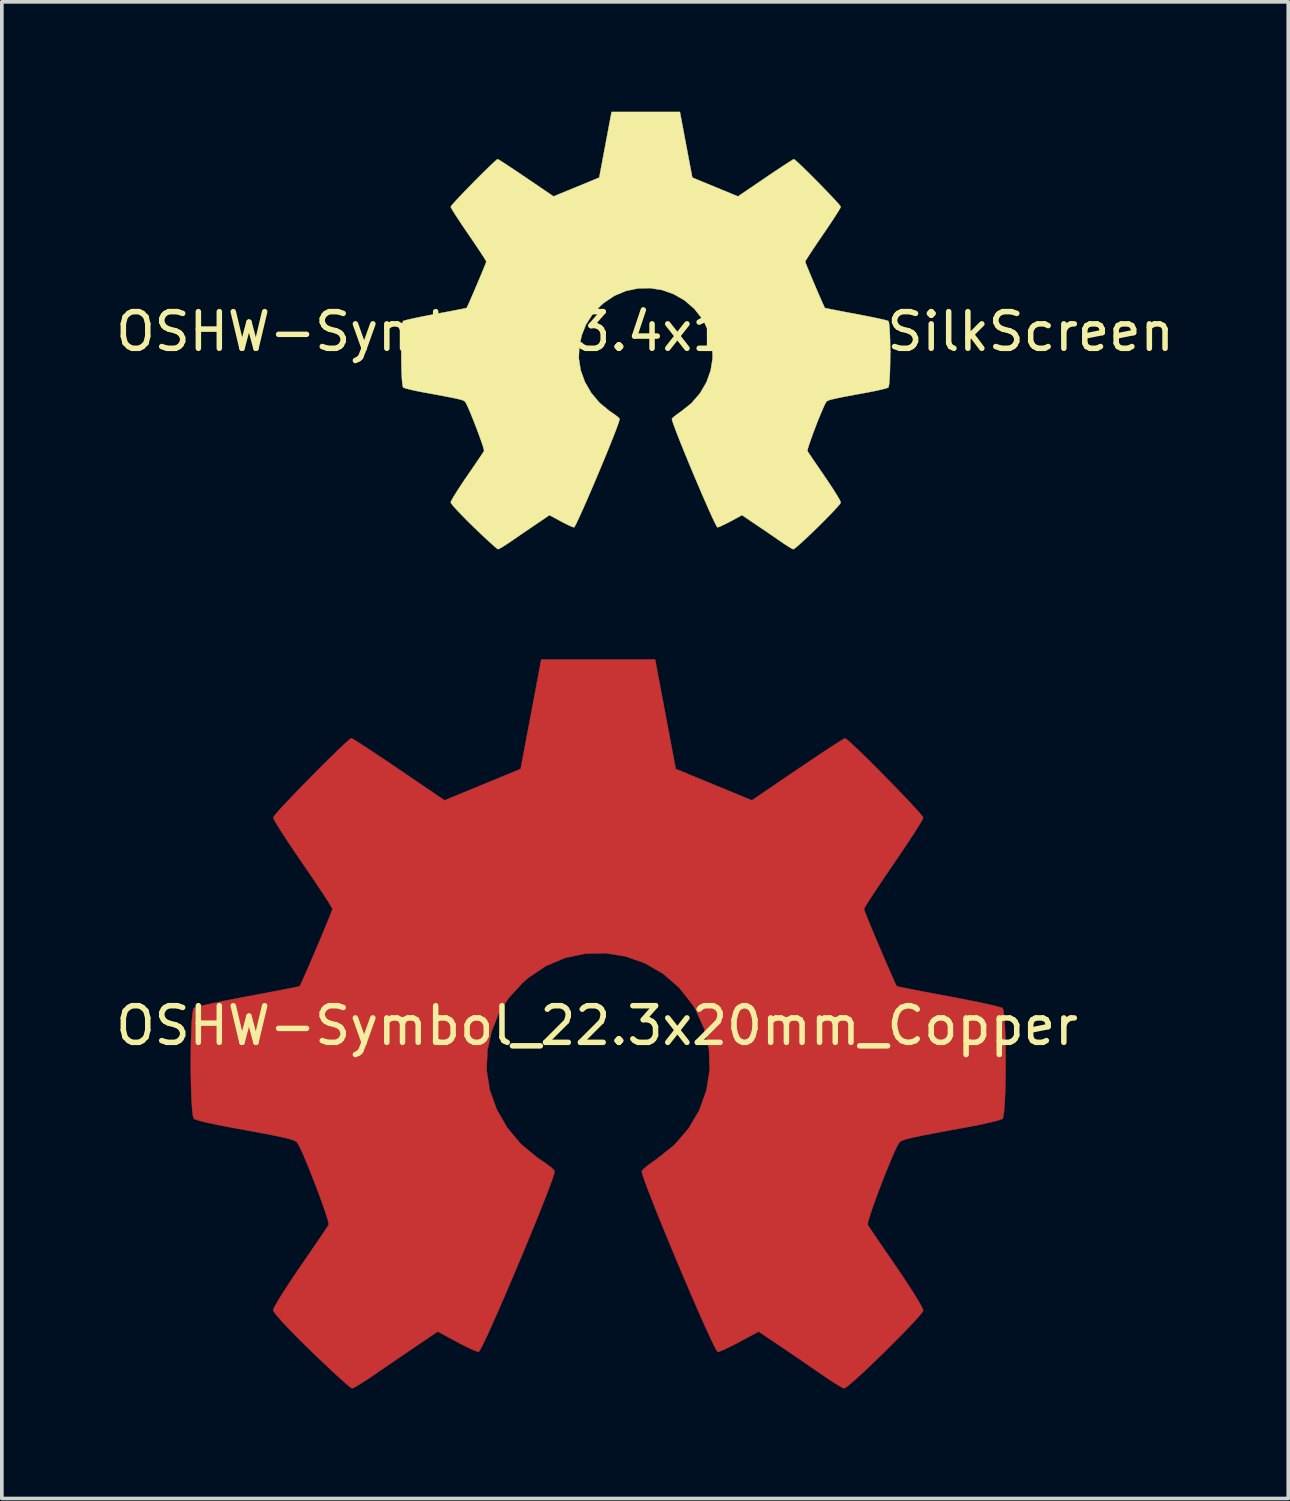
<source format=kicad_pcb>
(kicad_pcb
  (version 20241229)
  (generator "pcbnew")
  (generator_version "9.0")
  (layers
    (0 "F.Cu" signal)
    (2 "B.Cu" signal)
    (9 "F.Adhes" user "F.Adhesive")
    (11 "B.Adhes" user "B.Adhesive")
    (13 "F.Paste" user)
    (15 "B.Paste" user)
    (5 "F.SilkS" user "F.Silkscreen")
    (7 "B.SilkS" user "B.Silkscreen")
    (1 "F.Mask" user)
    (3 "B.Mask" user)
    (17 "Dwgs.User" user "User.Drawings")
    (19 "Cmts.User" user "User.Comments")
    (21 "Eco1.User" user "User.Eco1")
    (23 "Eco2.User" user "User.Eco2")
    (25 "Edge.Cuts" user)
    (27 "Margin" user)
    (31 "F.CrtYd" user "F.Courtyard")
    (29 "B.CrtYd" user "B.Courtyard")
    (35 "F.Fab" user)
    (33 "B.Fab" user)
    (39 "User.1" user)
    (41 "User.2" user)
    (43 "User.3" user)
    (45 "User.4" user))
  (footprint "OSHW-Symbol_22.3x20mm_Copper"
    (layer "F.Cu")
    (at 13.244 24.941)
    (property "Reference" "OSHW-Symbol_22.3x20mm_Copper" (at 0 0 0) (layer "F.SilkS") (effects (font (size 1 1) (thickness 0.15))))
    (attr exclude_from_pos_files exclude_from_bom)
    (fp_poly (pts (xy 1.866 -8.499) (xy 2.148 -7.006) (xy 3.186 -6.578) (xy 4.225 -6.15) (xy 5.471 -6.997) (xy 5.82 -7.233) (xy 6.135 -7.443) (xy 6.402 -7.619) (xy 6.606 -7.75) (xy 6.733 -7.827) (xy 6.767 -7.844) (xy 6.83 -7.801) (xy 6.962 -7.683) (xy 7.151 -7.505) (xy 7.38 -7.281) (xy 7.635 -7.027) (xy 7.901 -6.758) (xy 8.164 -6.489) (xy 8.408 -6.235) (xy 8.618 -6.011) (xy 8.78 -5.833) (xy 8.879 -5.715) (xy 8.902 -5.676) (xy 8.868 -5.603) (xy 8.773 -5.444) (xy 8.627 -5.214) (xy 8.439 -4.929) (xy 8.22 -4.603) (xy 8.093 -4.418) (xy 7.862 -4.079) (xy 7.656 -3.773) (xy 7.487 -3.516) (xy 7.363 -3.322) (xy 7.294 -3.207) (xy 7.284 -3.182) (xy 7.307 -3.114) (xy 7.371 -2.953) (xy 7.465 -2.724) (xy 7.58 -2.448) (xy 7.707 -2.148) (xy 7.835 -1.847) (xy 7.956 -1.567) (xy 8.06 -1.331) (xy 8.136 -1.161) (xy 8.176 -1.08) (xy 8.179 -1.076) (xy 8.242 -1.061) (xy 8.41 -1.026) (xy 8.666 -0.976) (xy 8.992 -0.914) (xy 9.371 -0.842) (xy 9.591 -0.801) (xy 9.996 -0.724) (xy 10.362 -0.651) (xy 10.669 -0.585) (xy 10.901 -0.531) (xy 11.038 -0.493) (xy 11.066 -0.481) (xy 11.093 -0.4) (xy 11.115 -0.215) (xy 11.131 0.051) (xy 11.143 0.376) (xy 11.149 0.74) (xy 11.15 1.12) (xy 11.146 1.495) (xy 11.137 1.843) (xy 11.122 2.143) (xy 11.103 2.373) (xy 11.078 2.512) (xy 11.064 2.541) (xy 10.976 2.576) (xy 10.79 2.625) (xy 10.531 2.684) (xy 10.222 2.746) (xy 10.114 2.766) (xy 9.595 2.861) (xy 9.185 2.938) (xy 8.87 2.999) (xy 8.638 3.048) (xy 8.473 3.087) (xy 8.364 3.12) (xy 8.296 3.15) (xy 8.256 3.179) (xy 8.25 3.185) (xy 8.194 3.278) (xy 8.108 3.461) (xy 8.001 3.71) (xy 7.882 4.002) (xy 7.759 4.317) (xy 7.64 4.631) (xy 7.535 4.921) (xy 7.452 5.167) (xy 7.399 5.345) (xy 7.385 5.432) (xy 7.386 5.435) (xy 7.433 5.507) (xy 7.539 5.665) (xy 7.694 5.892) (xy 7.886 6.173) (xy 8.104 6.491) (xy 8.166 6.581) (xy 8.387 6.908) (xy 8.581 7.206) (xy 8.739 7.459) (xy 8.849 7.649) (xy 8.9 7.759) (xy 8.902 7.772) (xy 8.859 7.843) (xy 8.74 7.983) (xy 8.56 8.178) (xy 8.335 8.412) (xy 8.079 8.67) (xy 7.809 8.938) (xy 7.539 9.199) (xy 7.286 9.44) (xy 7.063 9.644) (xy 6.887 9.797) (xy 6.773 9.884) (xy 6.741 9.899) (xy 6.667 9.865) (xy 6.517 9.775) (xy 6.314 9.643) (xy 6.158 9.537) (xy 5.874 9.342) (xy 5.539 9.112) (xy 5.203 8.883) (xy 5.022 8.761) (xy 4.41 8.347) (xy 3.896 8.625) (xy 3.662 8.746) (xy 3.463 8.841) (xy 3.329 8.895) (xy 3.294 8.902) (xy 3.253 8.847) (xy 3.172 8.69) (xy 3.057 8.447) (xy 2.913 8.131) (xy 2.748 7.758) (xy 2.567 7.341) (xy 2.376 6.895) (xy 2.182 6.435) (xy 1.99 5.974) (xy 1.806 5.528) (xy 1.637 5.111) (xy 1.489 4.737) (xy 1.367 4.421) (xy 1.278 4.177) (xy 1.228 4.019) (xy 1.22 3.965) (xy 1.284 3.896) (xy 1.424 3.784) (xy 1.611 3.652) (xy 1.626 3.642) (xy 2.11 3.255) (xy 2.499 2.804) (xy 2.792 2.303) (xy 2.984 1.766) (xy 3.073 1.208) (xy 3.054 0.643) (xy 2.925 0.086) (xy 2.683 -0.449) (xy 2.611 -0.566) (xy 2.24 -1.038) (xy 1.801 -1.418) (xy 1.31 -1.702) (xy 0.782 -1.89) (xy 0.232 -1.978) (xy -0.325 -1.966) (xy -0.872 -1.85) (xy -1.397 -1.629) (xy -1.882 -1.302) (xy -2.032 -1.169) (xy -2.414 -0.753) (xy -2.692 -0.315) (xy -2.883 0.176) (xy -2.99 0.662) (xy -3.016 1.208) (xy -2.928 1.758) (xy -2.736 2.291) (xy -2.447 2.79) (xy -2.072 3.236) (xy -1.618 3.611) (xy -1.558 3.65) (xy -1.369 3.779) (xy -1.226 3.891) (xy -1.157 3.963) (xy -1.156 3.965) (xy -1.171 4.042) (xy -1.229 4.218) (xy -1.325 4.477) (xy -1.453 4.806) (xy -1.606 5.19) (xy -1.779 5.614) (xy -1.964 6.063) (xy -2.158 6.525) (xy -2.352 6.984) (xy -2.541 7.425) (xy -2.72 7.835) (xy -2.881 8.198) (xy -3.019 8.501) (xy -3.128 8.728) (xy -3.202 8.866) (xy -3.232 8.902) (xy -3.323 8.874) (xy -3.493 8.798) (xy -3.713 8.689) (xy -3.834 8.625) (xy -4.348 8.347) (xy -4.96 8.761) (xy -5.272 8.973) (xy -5.614 9.206) (xy -5.935 9.426) (xy -6.095 9.537) (xy -6.321 9.688) (xy -6.512 9.808) (xy -6.644 9.882) (xy -6.687 9.897) (xy -6.749 9.856) (xy -6.887 9.739) (xy -7.087 9.559) (xy -7.335 9.328) (xy -7.619 9.059) (xy -7.799 8.886) (xy -8.114 8.577) (xy -8.385 8.301) (xy -8.603 8.069) (xy -8.757 7.893) (xy -8.835 7.786) (xy -8.842 7.764) (xy -8.807 7.681) (xy -8.712 7.513) (xy -8.566 7.277) (xy -8.38 6.991) (xy -8.165 6.67) (xy -8.103 6.581) (xy -7.881 6.256) (xy -7.681 5.964) (xy -7.515 5.72) (xy -7.394 5.542) (xy -7.33 5.445) (xy -7.324 5.435) (xy -7.333 5.358) (xy -7.382 5.189) (xy -7.463 4.95) (xy -7.566 4.663) (xy -7.684 4.35) (xy -7.807 4.035) (xy -7.927 3.739) (xy -8.035 3.484) (xy -8.124 3.294) (xy -8.184 3.19) (xy -8.188 3.185) (xy -8.224 3.155) (xy -8.286 3.126) (xy -8.387 3.094) (xy -8.539 3.056) (xy -8.758 3.009) (xy -9.056 2.95) (xy -9.447 2.877) (xy -9.944 2.786) (xy -10.052 2.766) (xy -10.371 2.704) (xy -10.65 2.644) (xy -10.862 2.591) (xy -10.985 2.551) (xy -11.001 2.541) (xy -11.029 2.458) (xy -11.051 2.273) (xy -11.068 2.006) (xy -11.079 1.68) (xy -11.086 1.316) (xy -11.088 0.936) (xy -11.084 0.561) (xy -11.075 0.213) (xy -11.062 -0.086) (xy -11.042 -0.315) (xy -11.018 -0.453) (xy -11.004 -0.481) (xy -10.922 -0.51) (xy -10.736 -0.556) (xy -10.465 -0.616) (xy -10.127 -0.686) (xy -9.74 -0.761) (xy -9.529 -0.801) (xy -9.129 -0.876) (xy -8.773 -0.944) (xy -8.477 -1.001) (xy -8.259 -1.044) (xy -8.137 -1.071) (xy -8.117 -1.076) (xy -8.083 -1.142) (xy -8.011 -1.3) (xy -7.911 -1.528) (xy -7.792 -1.803) (xy -7.664 -2.103) (xy -7.536 -2.404) (xy -7.419 -2.686) (xy -7.321 -2.924) (xy -7.252 -3.097) (xy -7.222 -3.182) (xy -7.222 -3.185) (xy -7.256 -3.252) (xy -7.351 -3.406) (xy -7.497 -3.631) (xy -7.685 -3.912) (xy -7.904 -4.235) (xy -8.031 -4.42) (xy -8.263 -4.76) (xy -8.469 -5.068) (xy -8.639 -5.33) (xy -8.763 -5.529) (xy -8.83 -5.65) (xy -8.84 -5.677) (xy -8.798 -5.74) (xy -8.682 -5.875) (xy -8.506 -6.066) (xy -8.285 -6.299) (xy -8.035 -6.558) (xy -7.77 -6.828) (xy -7.505 -7.095) (xy -7.255 -7.342) (xy -7.034 -7.556) (xy -6.859 -7.72) (xy -6.743 -7.82) (xy -6.704 -7.844) (xy -6.641 -7.811) (xy -6.489 -7.716) (xy -6.265 -7.57) (xy -5.982 -7.383) (xy -5.655 -7.164) (xy -5.409 -6.997) (xy -4.163 -6.15) (xy -3.124 -6.578) (xy -2.086 -7.006) (xy -1.804 -8.499) (xy -1.523 -9.992) (xy 1.585 -9.992) (xy 1.866 -8.499)) (stroke (width 0.01) (type solid)) (fill yes) (layer "F.Cu")))
  (footprint "OSHW-Symbol_13.4x12mm_SilkScreen"
    (layer "F.Cu")
    (at 14.554 6)
    (property "Reference" "OSHW-Symbol_13.4x12mm_SilkScreen" (at 0 0 0) (layer "F.SilkS") (effects (font (size 1 1) (thickness 0.15))))
    (attr exclude_from_pos_files exclude_from_bom)
    (fp_poly (pts (xy 1.12 -5.099) (xy 1.289 -4.204) (xy 1.912 -3.947) (xy 2.535 -3.69) (xy 3.282 -4.198) (xy 3.492 -4.34) (xy 3.681 -4.466) (xy 3.841 -4.571) (xy 3.964 -4.65) (xy 4.04 -4.696) (xy 4.06 -4.706) (xy 4.098 -4.681) (xy 4.177 -4.61) (xy 4.29 -4.503) (xy 4.428 -4.368) (xy 4.581 -4.216) (xy 4.741 -4.055) (xy 4.898 -3.893) (xy 5.045 -3.741) (xy 5.171 -3.607) (xy 5.268 -3.5) (xy 5.327 -3.429) (xy 5.341 -3.406) (xy 5.321 -3.362) (xy 5.264 -3.267) (xy 5.176 -3.128) (xy 5.063 -2.957) (xy 4.932 -2.762) (xy 4.856 -2.651) (xy 4.717 -2.447) (xy 4.594 -2.264) (xy 4.492 -2.109) (xy 4.418 -1.993) (xy 4.376 -1.924) (xy 4.37 -1.909) (xy 4.384 -1.868) (xy 4.422 -1.772) (xy 4.479 -1.634) (xy 4.548 -1.469) (xy 4.624 -1.289) (xy 4.701 -1.108) (xy 4.774 -0.94) (xy 4.836 -0.798) (xy 4.882 -0.696) (xy 4.906 -0.648) (xy 4.907 -0.646) (xy 4.945 -0.637) (xy 5.046 -0.616) (xy 5.2 -0.586) (xy 5.395 -0.548) (xy 5.622 -0.505) (xy 5.755 -0.481) (xy 5.998 -0.434) (xy 6.217 -0.39) (xy 6.402 -0.351) (xy 6.541 -0.319) (xy 6.623 -0.296) (xy 6.639 -0.289) (xy 6.656 -0.24) (xy 6.669 -0.129) (xy 6.679 0.03) (xy 6.686 0.226) (xy 6.689 0.444) (xy 6.69 0.672) (xy 6.687 0.897) (xy 6.682 1.106) (xy 6.673 1.286) (xy 6.662 1.424) (xy 6.647 1.507) (xy 6.638 1.525) (xy 6.586 1.546) (xy 6.474 1.575) (xy 6.318 1.61) (xy 6.133 1.648) (xy 6.069 1.66) (xy 5.757 1.717) (xy 5.511 1.763) (xy 5.322 1.799) (xy 5.183 1.829) (xy 5.084 1.852) (xy 5.018 1.872) (xy 4.978 1.89) (xy 4.953 1.907) (xy 4.95 1.911) (xy 4.916 1.967) (xy 4.865 2.077) (xy 4.801 2.226) (xy 4.729 2.401) (xy 4.655 2.59) (xy 4.584 2.778) (xy 4.521 2.953) (xy 4.471 3.1) (xy 4.439 3.207) (xy 4.431 3.259) (xy 4.432 3.261) (xy 4.46 3.304) (xy 4.524 3.399) (xy 4.616 3.535) (xy 4.732 3.704) (xy 4.862 3.894) (xy 4.899 3.949) (xy 5.032 4.145) (xy 5.149 4.324) (xy 5.243 4.475) (xy 5.309 4.589) (xy 5.34 4.655) (xy 5.341 4.663) (xy 5.316 4.706) (xy 5.244 4.79) (xy 5.136 4.907) (xy 5.001 5.047) (xy 4.848 5.202) (xy 4.685 5.363) (xy 4.524 5.519) (xy 4.371 5.664) (xy 4.238 5.786) (xy 4.132 5.878) (xy 4.064 5.931) (xy 4.045 5.939) (xy 4 5.919) (xy 3.91 5.865) (xy 3.788 5.786) (xy 3.695 5.722) (xy 3.525 5.605) (xy 3.324 5.467) (xy 3.122 5.33) (xy 3.013 5.257) (xy 2.646 5.008) (xy 2.338 5.175) (xy 2.197 5.248) (xy 2.078 5.305) (xy 1.997 5.337) (xy 1.977 5.341) (xy 1.952 5.308) (xy 1.903 5.214) (xy 1.834 5.068) (xy 1.748 4.879) (xy 1.649 4.655) (xy 1.54 4.405) (xy 1.426 4.137) (xy 1.309 3.861) (xy 1.194 3.585) (xy 1.084 3.317) (xy 0.982 3.067) (xy 0.893 2.842) (xy 0.82 2.652) (xy 0.767 2.506) (xy 0.737 2.411) (xy 0.732 2.379) (xy 0.77 2.338) (xy 0.854 2.27) (xy 0.966 2.191) (xy 0.976 2.185) (xy 1.266 1.953) (xy 1.5 1.682) (xy 1.675 1.382) (xy 1.79 1.06) (xy 1.844 0.725) (xy 1.833 0.386) (xy 1.755 0.052) (xy 1.61 -0.269) (xy 1.567 -0.34) (xy 1.344 -0.623) (xy 1.08 -0.851) (xy 0.786 -1.021) (xy 0.469 -1.134) (xy 0.139 -1.187) (xy -0.195 -1.179) (xy -0.523 -1.11) (xy -0.838 -0.978) (xy -1.129 -0.781) (xy -1.219 -0.701) (xy -1.448 -0.452) (xy -1.615 -0.189) (xy -1.73 0.105) (xy -1.794 0.397) (xy -1.809 0.725) (xy -1.757 1.055) (xy -1.641 1.375) (xy -1.468 1.674) (xy -1.243 1.942) (xy -0.971 2.166) (xy -0.935 2.19) (xy -0.822 2.268) (xy -0.736 2.335) (xy -0.694 2.378) (xy -0.694 2.379) (xy -0.703 2.425) (xy -0.738 2.531) (xy -0.795 2.686) (xy -0.872 2.884) (xy -0.964 3.114) (xy -1.067 3.368) (xy -1.179 3.638) (xy -1.295 3.915) (xy -1.411 4.19) (xy -1.525 4.455) (xy -1.632 4.701) (xy -1.729 4.919) (xy -1.812 5.1) (xy -1.877 5.237) (xy -1.921 5.32) (xy -1.939 5.341) (xy -1.994 5.325) (xy -2.096 5.279) (xy -2.228 5.213) (xy -2.3 5.175) (xy -2.609 5.008) (xy -2.976 5.257) (xy -3.163 5.384) (xy -3.369 5.524) (xy -3.561 5.656) (xy -3.657 5.722) (xy -3.793 5.813) (xy -3.907 5.885) (xy -3.986 5.929) (xy -4.012 5.938) (xy -4.049 5.913) (xy -4.132 5.843) (xy -4.252 5.735) (xy -4.401 5.597) (xy -4.572 5.435) (xy -4.68 5.331) (xy -4.868 5.146) (xy -5.031 4.98) (xy -5.162 4.841) (xy -5.254 4.736) (xy -5.301 4.671) (xy -5.305 4.658) (xy -5.284 4.608) (xy -5.227 4.508) (xy -5.139 4.366) (xy -5.028 4.194) (xy -4.899 4.002) (xy -4.862 3.949) (xy -4.728 3.754) (xy -4.608 3.578) (xy -4.509 3.432) (xy -4.437 3.325) (xy -4.398 3.267) (xy -4.394 3.261) (xy -4.4 3.215) (xy -4.429 3.113) (xy -4.478 2.97) (xy -4.54 2.798) (xy -4.61 2.61) (xy -4.684 2.421) (xy -4.756 2.243) (xy -4.821 2.091) (xy -4.874 1.976) (xy -4.91 1.914) (xy -4.913 1.911) (xy -4.935 1.893) (xy -4.972 1.875) (xy -5.032 1.856) (xy -5.124 1.833) (xy -5.255 1.805) (xy -5.434 1.77) (xy -5.668 1.726) (xy -5.967 1.671) (xy -6.031 1.66) (xy -6.223 1.623) (xy -6.39 1.586) (xy -6.517 1.554) (xy -6.591 1.53) (xy -6.601 1.525) (xy -6.617 1.475) (xy -6.63 1.364) (xy -6.641 1.204) (xy -6.648 1.008) (xy -6.652 0.79) (xy -6.653 0.562) (xy -6.65 0.337) (xy -6.645 0.128) (xy -6.637 -0.052) (xy -6.625 -0.189) (xy -6.611 -0.272) (xy -6.602 -0.289) (xy -6.553 -0.306) (xy -6.442 -0.334) (xy -6.279 -0.37) (xy -6.076 -0.412) (xy -5.844 -0.457) (xy -5.718 -0.481) (xy -5.478 -0.526) (xy -5.264 -0.566) (xy -5.086 -0.601) (xy -4.955 -0.627) (xy -4.882 -0.642) (xy -4.87 -0.646) (xy -4.85 -0.685) (xy -4.806 -0.78) (xy -4.746 -0.917) (xy -4.675 -1.082) (xy -4.598 -1.262) (xy -4.522 -1.443) (xy -4.451 -1.611) (xy -4.392 -1.755) (xy -4.351 -1.858) (xy -4.333 -1.909) (xy -4.333 -1.911) (xy -4.353 -1.951) (xy -4.41 -2.043) (xy -4.498 -2.178) (xy -4.611 -2.347) (xy -4.742 -2.541) (xy -4.819 -2.652) (xy -4.958 -2.856) (xy -5.081 -3.041) (xy -5.183 -3.198) (xy -5.258 -3.317) (xy -5.298 -3.39) (xy -5.304 -3.406) (xy -5.279 -3.444) (xy -5.209 -3.525) (xy -5.103 -3.64) (xy -4.971 -3.779) (xy -4.821 -3.935) (xy -4.662 -4.097) (xy -4.503 -4.257) (xy -4.353 -4.405) (xy -4.221 -4.533) (xy -4.115 -4.632) (xy -4.046 -4.692) (xy -4.022 -4.706) (xy -3.984 -4.686) (xy -3.894 -4.63) (xy -3.759 -4.542) (xy -3.589 -4.43) (xy -3.393 -4.298) (xy -3.245 -4.198) (xy -2.498 -3.69) (xy -1.874 -3.947) (xy -1.251 -4.204) (xy -0.914 -5.995) (xy 0.951 -5.995) (xy 1.12 -5.099)) (stroke (width 0.01) (type solid)) (fill yes) (layer "F.SilkS")))
  (gr_rect
    (start -3 -3)
    (end 32.107 37.845)
    (stroke (width 0.1) (type default))
    (fill no)
    (layer "Edge.Cuts")))
</source>
